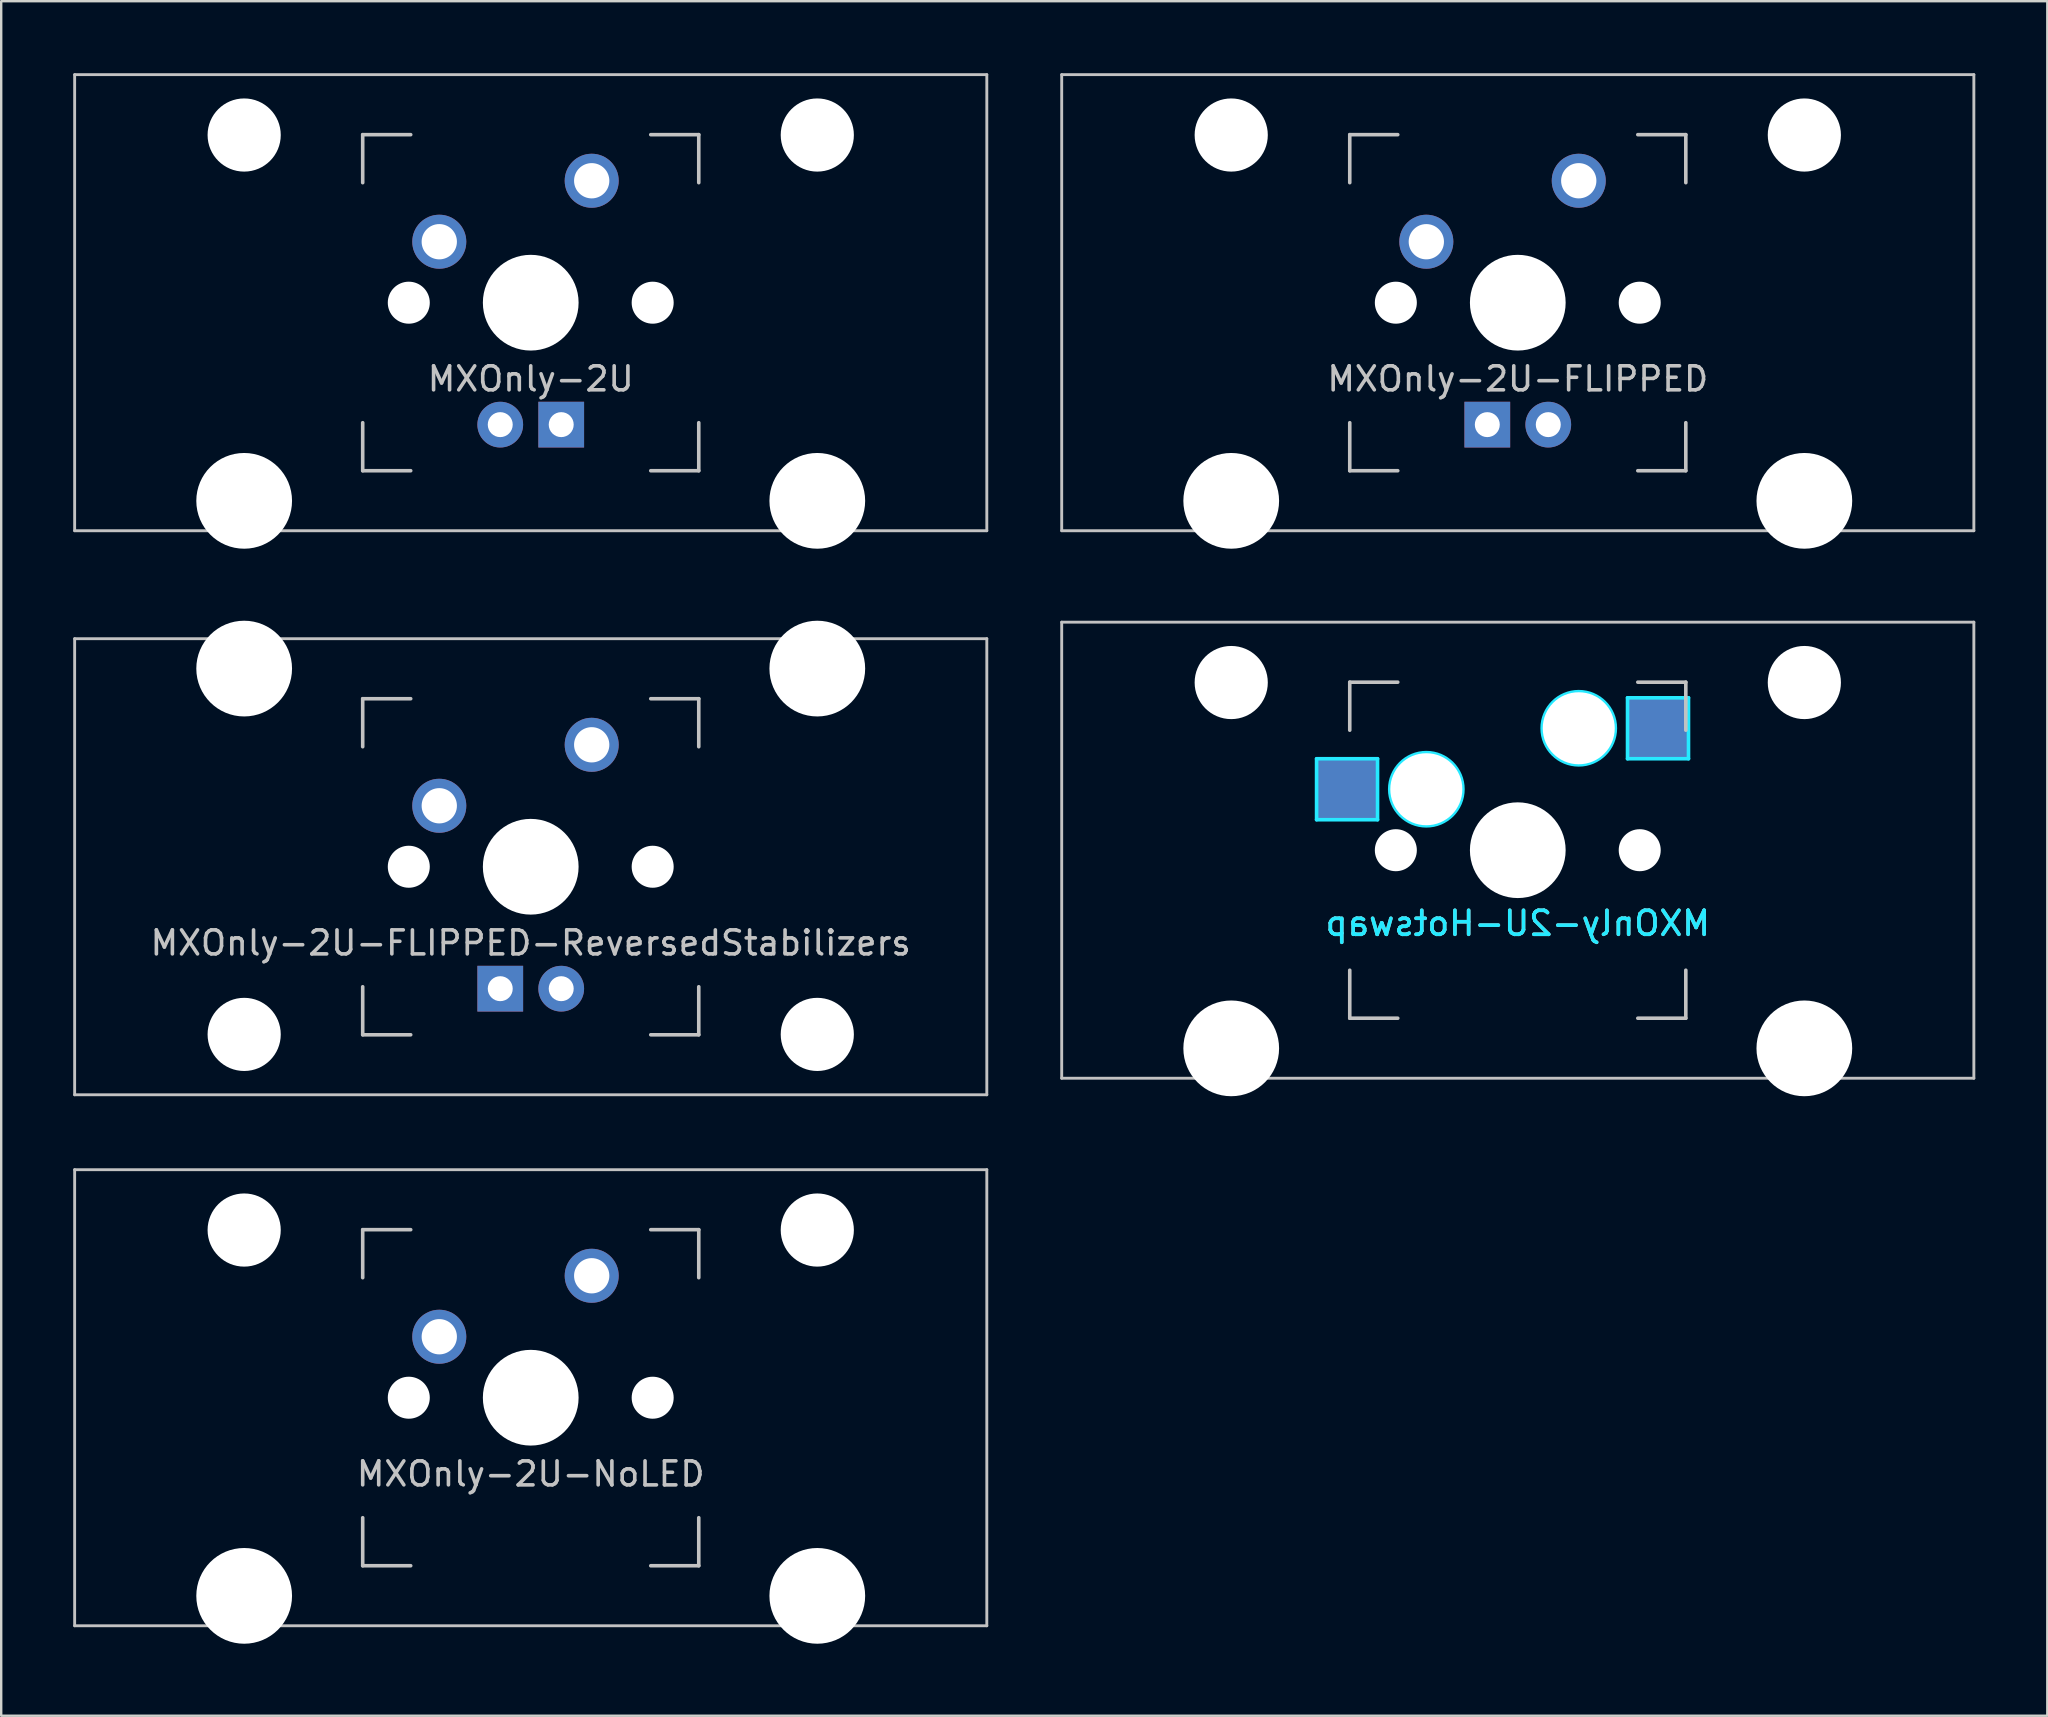
<source format=kicad_pcb>
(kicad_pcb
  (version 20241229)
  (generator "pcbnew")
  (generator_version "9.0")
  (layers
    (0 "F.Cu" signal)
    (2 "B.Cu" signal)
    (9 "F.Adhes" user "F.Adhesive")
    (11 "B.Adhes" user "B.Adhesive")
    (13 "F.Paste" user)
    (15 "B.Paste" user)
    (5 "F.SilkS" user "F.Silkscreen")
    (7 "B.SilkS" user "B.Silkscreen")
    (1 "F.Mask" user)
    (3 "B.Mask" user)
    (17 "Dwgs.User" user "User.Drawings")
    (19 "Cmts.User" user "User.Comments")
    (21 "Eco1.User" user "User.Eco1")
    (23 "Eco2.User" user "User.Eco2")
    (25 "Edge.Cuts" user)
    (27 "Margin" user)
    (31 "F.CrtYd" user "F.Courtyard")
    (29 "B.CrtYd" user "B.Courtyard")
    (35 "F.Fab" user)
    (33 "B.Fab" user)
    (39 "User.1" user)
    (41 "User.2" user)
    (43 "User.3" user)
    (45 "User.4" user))
  (footprint "MXOnly-2U-NoLED"
    (layer "F.Cu")
    (at 19.06 55.178)
    (property "Reference" "MXOnly-2U-NoLED" (at 0 3.175 0) (layer "Dwgs.User") (effects (font (size 1 1) (thickness 0.15))))
    (attr through_hole)
    (fp_line (start -19 -9.5) (end -19 9.5) (stroke (width 0.12) (type solid)) (layer "Dwgs.User"))
    (fp_line (start -19 9.5) (end 19 9.5) (stroke (width 0.12) (type solid)) (layer "Dwgs.User"))
    (fp_line (start -7 -7) (end -7 -5) (stroke (width 0.15) (type solid)) (layer "Dwgs.User"))
    (fp_line (start -7 5) (end -7 7) (stroke (width 0.15) (type solid)) (layer "Dwgs.User"))
    (fp_line (start -7 7) (end -5 7) (stroke (width 0.15) (type solid)) (layer "Dwgs.User"))
    (fp_line (start -5 -7) (end -7 -7) (stroke (width 0.15) (type solid)) (layer "Dwgs.User"))
    (fp_line (start 5 -7) (end 7 -7) (stroke (width 0.15) (type solid)) (layer "Dwgs.User"))
    (fp_line (start 5 7) (end 7 7) (stroke (width 0.15) (type solid)) (layer "Dwgs.User"))
    (fp_line (start 7 -7) (end 7 -5) (stroke (width 0.15) (type solid)) (layer "Dwgs.User"))
    (fp_line (start 7 7) (end 7 5) (stroke (width 0.15) (type solid)) (layer "Dwgs.User"))
    (fp_line (start 19 -9.5) (end -19 -9.5) (stroke (width 0.12) (type solid)) (layer "Dwgs.User"))
    (fp_line (start 19 9.5) (end 19 -9.5) (stroke (width 0.12) (type solid)) (layer "Dwgs.User"))
    (pad "" np_thru_hole circle (at -11.938 -6.985) (size 3.048 3.048) (drill 3.048) (layers "*.Cu" "*.Mask"))
    (pad "" np_thru_hole circle (at -11.938 8.255) (size 3.988 3.988) (drill 3.988) (layers "*.Cu" "*.Mask"))
    (pad "" np_thru_hole circle (at -5.08 0 48.1) (size 1.75 1.75) (drill 1.75) (layers "*.Cu" "*.Mask"))
    (pad "" np_thru_hole circle (at 0 0) (size 3.988 3.988) (drill 3.988) (layers "*.Cu" "*.Mask"))
    (pad "" np_thru_hole circle (at 5.08 0 48.1) (size 1.75 1.75) (drill 1.75) (layers "*.Cu" "*.Mask"))
    (pad "" np_thru_hole circle (at 11.938 -6.985) (size 3.048 3.048) (drill 3.048) (layers "*.Cu" "*.Mask"))
    (pad "" np_thru_hole circle (at 11.938 8.255) (size 3.988 3.988) (drill 3.988) (layers "*.Cu" "*.Mask"))
    (pad "1" thru_hole circle (at -3.81 -2.54) (size 2.25 2.25) (drill 1.47) (layers "*.Cu" "B.Mask"))
    (pad "2" thru_hole circle (at 2.54 -5.08) (size 2.25 2.25) (drill 1.47) (layers "*.Cu" "B.Mask")))
  (footprint "MXOnly-2U"
    (layer "F.Cu")
    (at 19.06 9.56)
    (property "Reference" "MXOnly-2U" (at 0 3.175 0) (layer "Dwgs.User") (effects (font (size 1 1) (thickness 0.15))))
    (attr through_hole)
    (fp_line (start -19 -9.5) (end -19 9.5) (stroke (width 0.12) (type solid)) (layer "Dwgs.User"))
    (fp_line (start -19 9.5) (end 19 9.5) (stroke (width 0.12) (type solid)) (layer "Dwgs.User"))
    (fp_line (start -7 -7) (end -7 -5) (stroke (width 0.15) (type solid)) (layer "Dwgs.User"))
    (fp_line (start -7 5) (end -7 7) (stroke (width 0.15) (type solid)) (layer "Dwgs.User"))
    (fp_line (start -7 7) (end -5 7) (stroke (width 0.15) (type solid)) (layer "Dwgs.User"))
    (fp_line (start -5 -7) (end -7 -7) (stroke (width 0.15) (type solid)) (layer "Dwgs.User"))
    (fp_line (start 5 -7) (end 7 -7) (stroke (width 0.15) (type solid)) (layer "Dwgs.User"))
    (fp_line (start 5 7) (end 7 7) (stroke (width 0.15) (type solid)) (layer "Dwgs.User"))
    (fp_line (start 7 -7) (end 7 -5) (stroke (width 0.15) (type solid)) (layer "Dwgs.User"))
    (fp_line (start 7 7) (end 7 5) (stroke (width 0.15) (type solid)) (layer "Dwgs.User"))
    (fp_line (start 19 -9.5) (end -19 -9.5) (stroke (width 0.12) (type solid)) (layer "Dwgs.User"))
    (fp_line (start 19 9.5) (end 19 -9.5) (stroke (width 0.12) (type solid)) (layer "Dwgs.User"))
    (pad "" np_thru_hole circle (at -11.938 -6.985) (size 3.048 3.048) (drill 3.048) (layers "*.Cu" "*.Mask"))
    (pad "" np_thru_hole circle (at -11.938 8.255) (size 3.988 3.988) (drill 3.988) (layers "*.Cu" "*.Mask"))
    (pad "" np_thru_hole circle (at -5.08 0 48.1) (size 1.75 1.75) (drill 1.75) (layers "*.Cu" "*.Mask"))
    (pad "" np_thru_hole circle (at 0 0) (size 3.988 3.988) (drill 3.988) (layers "*.Cu" "*.Mask"))
    (pad "" np_thru_hole circle (at 5.08 0 48.1) (size 1.75 1.75) (drill 1.75) (layers "*.Cu" "*.Mask"))
    (pad "" np_thru_hole circle (at 11.938 -6.985) (size 3.048 3.048) (drill 3.048) (layers "*.Cu" "*.Mask"))
    (pad "" np_thru_hole circle (at 11.938 8.255) (size 3.988 3.988) (drill 3.988) (layers "*.Cu" "*.Mask"))
    (pad "1" thru_hole circle (at -3.81 -2.54) (size 2.25 2.25) (drill 1.47) (layers "*.Cu" "B.Mask"))
    (pad "2" thru_hole circle (at 2.54 -5.08) (size 2.25 2.25) (drill 1.47) (layers "*.Cu" "B.Mask"))
    (pad "3" thru_hole circle (at -1.27 5.08) (size 1.905 1.905) (drill 1.04) (layers "*.Cu" "B.Mask"))
    (pad "4" thru_hole rect (at 1.27 5.08) (size 1.905 1.905) (drill 1.04) (layers "*.Cu" "B.Mask")))
  (footprint "MXOnly-2U-FLIPPED"
    (layer "F.Cu")
    (at 60.18 9.56)
    (property "Reference" "MXOnly-2U-FLIPPED" (at 0 3.175 0) (layer "Dwgs.User") (effects (font (size 1 1) (thickness 0.15))))
    (attr through_hole)
    (fp_line (start -19 -9.5) (end -19 9.5) (stroke (width 0.12) (type solid)) (layer "Dwgs.User"))
    (fp_line (start -19 9.5) (end 19 9.5) (stroke (width 0.12) (type solid)) (layer "Dwgs.User"))
    (fp_line (start -7 -7) (end -7 -5) (stroke (width 0.15) (type solid)) (layer "Dwgs.User"))
    (fp_line (start -7 5) (end -7 7) (stroke (width 0.15) (type solid)) (layer "Dwgs.User"))
    (fp_line (start -7 7) (end -5 7) (stroke (width 0.15) (type solid)) (layer "Dwgs.User"))
    (fp_line (start -5 -7) (end -7 -7) (stroke (width 0.15) (type solid)) (layer "Dwgs.User"))
    (fp_line (start 5 -7) (end 7 -7) (stroke (width 0.15) (type solid)) (layer "Dwgs.User"))
    (fp_line (start 5 7) (end 7 7) (stroke (width 0.15) (type solid)) (layer "Dwgs.User"))
    (fp_line (start 7 -7) (end 7 -5) (stroke (width 0.15) (type solid)) (layer "Dwgs.User"))
    (fp_line (start 7 7) (end 7 5) (stroke (width 0.15) (type solid)) (layer "Dwgs.User"))
    (fp_line (start 19 -9.5) (end -19 -9.5) (stroke (width 0.12) (type solid)) (layer "Dwgs.User"))
    (fp_line (start 19 9.5) (end 19 -9.5) (stroke (width 0.12) (type solid)) (layer "Dwgs.User"))
    (pad "" np_thru_hole circle (at -11.938 -6.985) (size 3.048 3.048) (drill 3.048) (layers "*.Cu" "*.Mask"))
    (pad "" np_thru_hole circle (at -11.938 8.255) (size 3.988 3.988) (drill 3.988) (layers "*.Cu" "*.Mask"))
    (pad "" np_thru_hole circle (at -5.08 0 48.1) (size 1.75 1.75) (drill 1.75) (layers "*.Cu" "*.Mask"))
    (pad "" np_thru_hole circle (at 0 0) (size 3.988 3.988) (drill 3.988) (layers "*.Cu" "*.Mask"))
    (pad "" np_thru_hole circle (at 5.08 0 48.1) (size 1.75 1.75) (drill 1.75) (layers "*.Cu" "*.Mask"))
    (pad "" np_thru_hole circle (at 11.938 -6.985) (size 3.048 3.048) (drill 3.048) (layers "*.Cu" "*.Mask"))
    (pad "" np_thru_hole circle (at 11.938 8.255) (size 3.988 3.988) (drill 3.988) (layers "*.Cu" "*.Mask"))
    (pad "1" thru_hole circle (at -3.81 -2.54) (size 2.25 2.25) (drill 1.47) (layers "*.Cu" "B.Mask"))
    (pad "2" thru_hole circle (at 2.54 -5.08) (size 2.25 2.25) (drill 1.47) (layers "*.Cu" "B.Mask"))
    (pad "3" thru_hole circle (at 1.27 5.08) (size 1.905 1.905) (drill 1.04) (layers "*.Cu" "B.Mask"))
    (pad "4" thru_hole rect (at -1.27 5.08) (size 1.905 1.905) (drill 1.04) (layers "*.Cu" "B.Mask")))
  (footprint "MXOnly-2U-FLIPPED-ReversedStabilizers"
    (layer "F.Cu")
    (at 19.06 33.058)
    (property "Reference" "MXOnly-2U-FLIPPED-ReversedStabilizers" (at 0 3.175 0) (layer "Dwgs.User") (effects (font (size 1 1) (thickness 0.15))))
    (attr through_hole)
    (fp_line (start -19 -9.5) (end -19 9.5) (stroke (width 0.12) (type solid)) (layer "Dwgs.User"))
    (fp_line (start -19 9.5) (end 19 9.5) (stroke (width 0.12) (type solid)) (layer "Dwgs.User"))
    (fp_line (start -7 -7) (end -7 -5) (stroke (width 0.15) (type solid)) (layer "Dwgs.User"))
    (fp_line (start -7 5) (end -7 7) (stroke (width 0.15) (type solid)) (layer "Dwgs.User"))
    (fp_line (start -7 7) (end -5 7) (stroke (width 0.15) (type solid)) (layer "Dwgs.User"))
    (fp_line (start -5 -7) (end -7 -7) (stroke (width 0.15) (type solid)) (layer "Dwgs.User"))
    (fp_line (start 5 -7) (end 7 -7) (stroke (width 0.15) (type solid)) (layer "Dwgs.User"))
    (fp_line (start 5 7) (end 7 7) (stroke (width 0.15) (type solid)) (layer "Dwgs.User"))
    (fp_line (start 7 -7) (end 7 -5) (stroke (width 0.15) (type solid)) (layer "Dwgs.User"))
    (fp_line (start 7 7) (end 7 5) (stroke (width 0.15) (type solid)) (layer "Dwgs.User"))
    (fp_line (start 19 -9.5) (end -19 -9.5) (stroke (width 0.12) (type solid)) (layer "Dwgs.User"))
    (fp_line (start 19 9.5) (end 19 -9.5) (stroke (width 0.12) (type solid)) (layer "Dwgs.User"))
    (pad "" np_thru_hole circle (at -11.938 -8.255) (size 3.988 3.988) (drill 3.988) (layers "*.Cu" "*.Mask"))
    (pad "" np_thru_hole circle (at -11.938 6.985) (size 3.048 3.048) (drill 3.048) (layers "*.Cu" "*.Mask"))
    (pad "" np_thru_hole circle (at -5.08 0 48.1) (size 1.75 1.75) (drill 1.75) (layers "*.Cu" "*.Mask"))
    (pad "" np_thru_hole circle (at 0 0) (size 3.988 3.988) (drill 3.988) (layers "*.Cu" "*.Mask"))
    (pad "" np_thru_hole circle (at 5.08 0 48.1) (size 1.75 1.75) (drill 1.75) (layers "*.Cu" "*.Mask"))
    (pad "" np_thru_hole circle (at 11.938 -8.255) (size 3.988 3.988) (drill 3.988) (layers "*.Cu" "*.Mask"))
    (pad "" np_thru_hole circle (at 11.938 6.985) (size 3.048 3.048) (drill 3.048) (layers "*.Cu" "*.Mask"))
    (pad "1" thru_hole circle (at -3.81 -2.54) (size 2.25 2.25) (drill 1.47) (layers "*.Cu" "B.Mask"))
    (pad "2" thru_hole circle (at 2.54 -5.08) (size 2.25 2.25) (drill 1.47) (layers "*.Cu" "B.Mask"))
    (pad "3" thru_hole circle (at 1.27 5.08) (size 1.905 1.905) (drill 1.04) (layers "*.Cu" "B.Mask"))
    (pad "4" thru_hole rect (at -1.27 5.08) (size 1.905 1.905) (drill 1.04) (layers "*.Cu" "B.Mask")))
  (footprint "MXOnly-2U-Hotswap"
    (layer "F.Cu")
    (at 60.18 32.369)
    (property "Reference" "MXOnly-2U-Hotswap" (at 0 3.048 0) (layer "B.CrtYd") (effects (font (size 1 1) (thickness 0.15)) (justify mirror)))
    (attr smd)
    (fp_line (start -19 -9.5) (end -19 9.5) (stroke (width 0.12) (type solid)) (layer "Dwgs.User"))
    (fp_line (start -19 9.5) (end 19 9.5) (stroke (width 0.12) (type solid)) (layer "Dwgs.User"))
    (fp_line (start -7 -7) (end -7 -5) (stroke (width 0.15) (type solid)) (layer "Dwgs.User"))
    (fp_line (start -7 5) (end -7 7) (stroke (width 0.15) (type solid)) (layer "Dwgs.User"))
    (fp_line (start -7 7) (end -5 7) (stroke (width 0.15) (type solid)) (layer "Dwgs.User"))
    (fp_line (start -5 -7) (end -7 -7) (stroke (width 0.15) (type solid)) (layer "Dwgs.User"))
    (fp_line (start 5 -7) (end 7 -7) (stroke (width 0.15) (type solid)) (layer "Dwgs.User"))
    (fp_line (start 5 7) (end 7 7) (stroke (width 0.15) (type solid)) (layer "Dwgs.User"))
    (fp_line (start 7 -7) (end 7 -5) (stroke (width 0.15) (type solid)) (layer "Dwgs.User"))
    (fp_line (start 7 7) (end 7 5) (stroke (width 0.15) (type solid)) (layer "Dwgs.User"))
    (fp_line (start 19 -9.5) (end -19 -9.5) (stroke (width 0.12) (type solid)) (layer "Dwgs.User"))
    (fp_line (start 19 9.5) (end 19 -9.5) (stroke (width 0.12) (type solid)) (layer "Dwgs.User"))
    (fp_line (start -8.382 -3.81) (end -5.842 -3.81) (stroke (width 0.15) (type solid)) (layer "B.CrtYd"))
    (fp_line (start -8.382 -1.27) (end -8.382 -3.81) (stroke (width 0.15) (type solid)) (layer "B.CrtYd"))
    (fp_line (start -5.842 -3.81) (end -5.842 -1.27) (stroke (width 0.15) (type solid)) (layer "B.CrtYd"))
    (fp_line (start -5.842 -1.27) (end -8.382 -1.27) (stroke (width 0.15) (type solid)) (layer "B.CrtYd"))
    (fp_line (start 4.572 -6.35) (end 7.112 -6.35) (stroke (width 0.15) (type solid)) (layer "B.CrtYd"))
    (fp_line (start 4.572 -3.81) (end 4.572 -6.35) (stroke (width 0.15) (type solid)) (layer "B.CrtYd"))
    (fp_line (start 7.112 -6.35) (end 7.112 -3.81) (stroke (width 0.15) (type solid)) (layer "B.CrtYd"))
    (fp_line (start 7.112 -3.81) (end 4.572 -3.81) (stroke (width 0.15) (type solid)) (layer "B.CrtYd"))
    (fp_circle (center -3.81 -2.54) (end -3.81 -4.064) (stroke (width 0.15) (type solid)) (fill no) (layer "B.CrtYd"))
    (fp_circle (center 2.54 -5.08) (end 2.54 -6.604) (stroke (width 0.15) (type solid)) (fill no) (layer "B.CrtYd"))
    (fp_text user "${REFERENCE}" (at 0 3.048 0) (layer "B.SilkS") (effects (font (size 1 1) (thickness 0.15)) (justify mirror)))
    (pad "" np_thru_hole circle (at -11.938 -6.985) (size 3.048 3.048) (drill 3.048) (layers "*.Cu" "*.Mask"))
    (pad "" np_thru_hole circle (at -11.938 8.255) (size 3.988 3.988) (drill 3.988) (layers "*.Cu" "*.Mask"))
    (pad "" np_thru_hole circle (at -5.08 0 48.1) (size 1.75 1.75) (drill 1.75) (layers "*.Cu" "*.Mask"))
    (pad "" np_thru_hole circle (at -3.81 -2.54) (size 3 3) (drill 3) (layers "*.Cu" "*.Mask"))
    (pad "" np_thru_hole circle (at 0 0) (size 3.988 3.988) (drill 3.988) (layers "*.Cu" "*.Mask"))
    (pad "" np_thru_hole circle (at 2.54 -5.08) (size 3 3) (drill 3) (layers "*.Cu" "*.Mask"))
    (pad "" np_thru_hole circle (at 5.08 0 48.1) (size 1.75 1.75) (drill 1.75) (layers "*.Cu" "*.Mask"))
    (pad "" np_thru_hole circle (at 11.938 -6.985) (size 3.048 3.048) (drill 3.048) (layers "*.Cu" "*.Mask"))
    (pad "" np_thru_hole circle (at 11.938 8.255) (size 3.988 3.988) (drill 3.988) (layers "*.Cu" "*.Mask"))
    (pad "1" smd rect (at -7.085 -2.54) (size 2.55 2.5) (layers "B.Cu" "B.Mask" "B.Paste"))
    (pad "2" smd rect (at 5.842 -5.08) (size 2.55 2.5) (layers "B.Cu" "B.Mask" "B.Paste")))
  (gr_rect
    (start -3 -3)
    (end 82.24 68.427)
    (stroke (width 0.1) (type default))
    (fill no)
    (layer "Edge.Cuts")))
</source>
